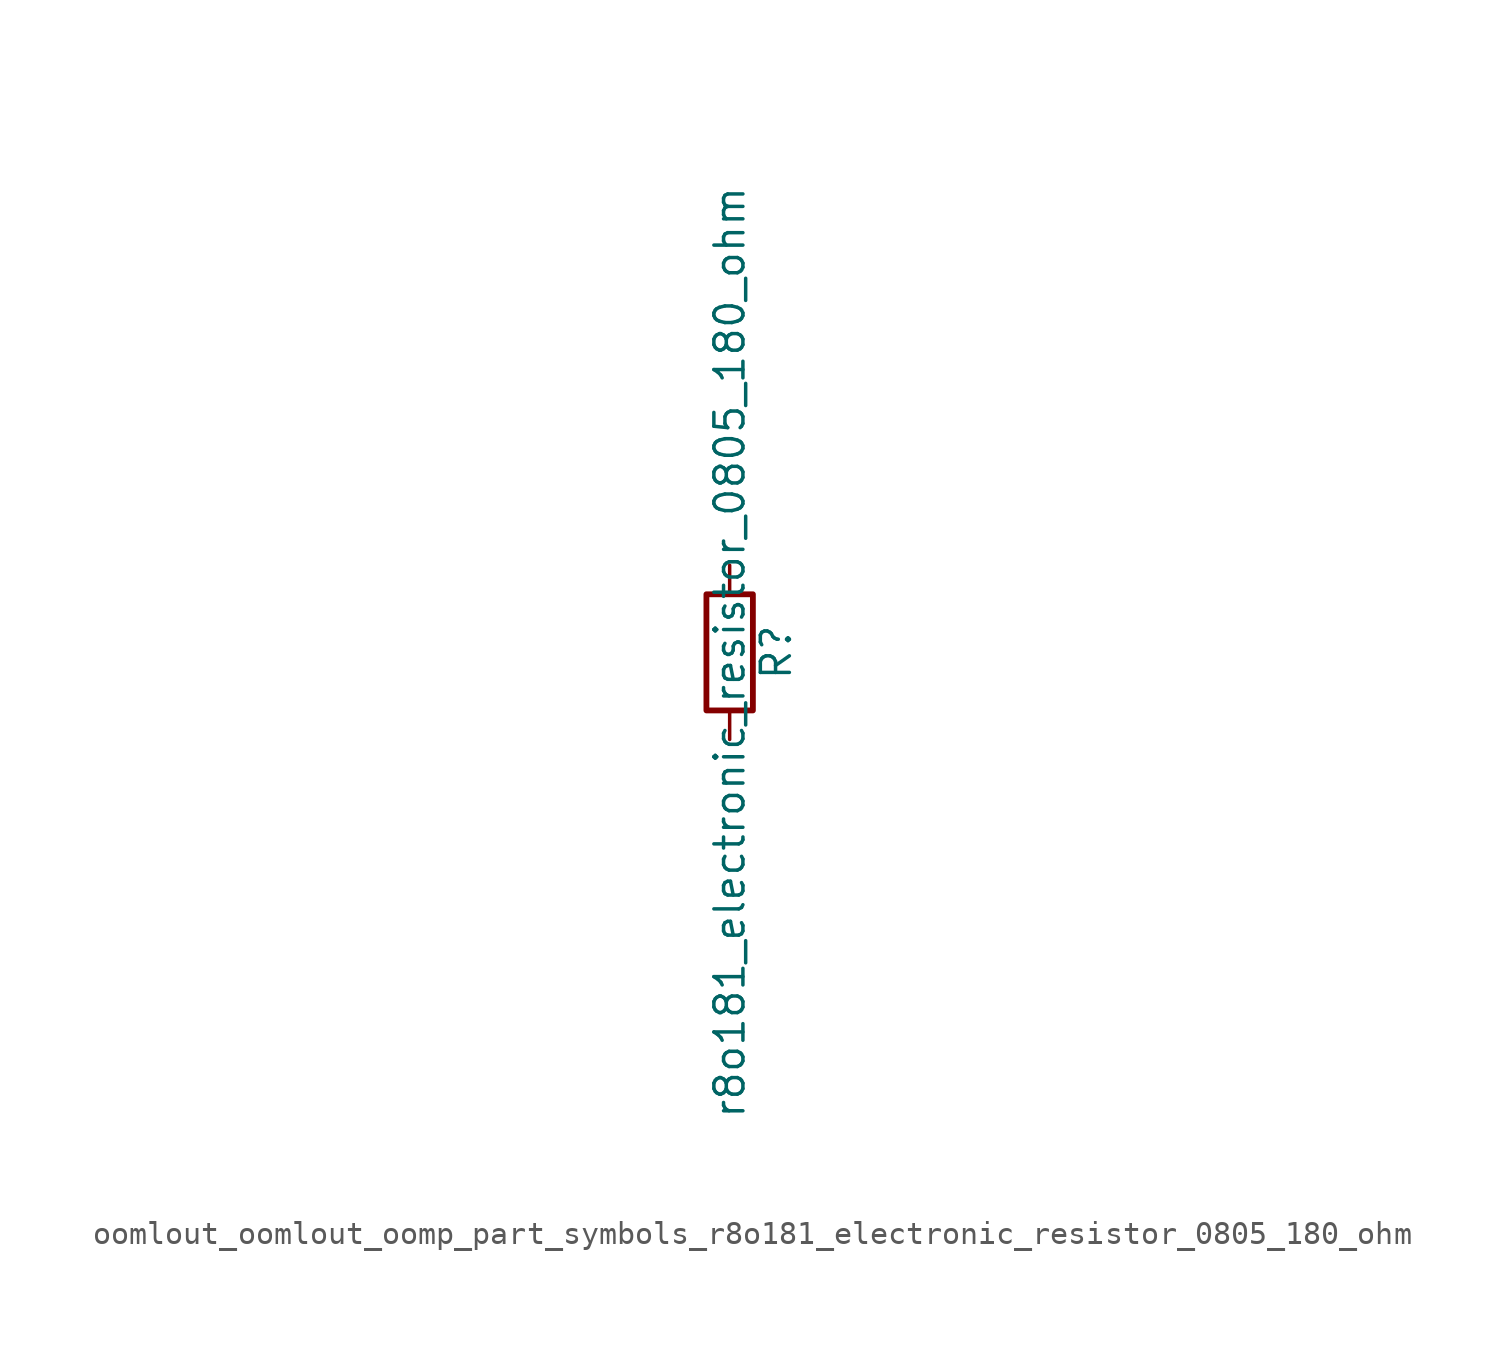
<source format=kicad_sym>
(kicad_symbol_lib
  (version 20220914)
  (generator kicad_symbol_editor)
  (symbol "oomlout_oomlout_oomp_part_symbols_r8o181_electronic_resistor_0805_180_ohm"
    (pin_numbers hide)
    (pin_names
      (offset 0))
    (property "Reference" "R"
      (at 2.032 0 90)
      (effects (font (size 1.27 1.27))))
    (property "Value" "r8o181_electronic_resistor_0805_180_ohm"
      (at 0 0 90)
      (effects (font (size 1.27 1.27))))
    (symbol "oomlout_oomlout_oomp_part_symbols_r8o181_electronic_resistor_0805_180_ohm_0_1"
      (rectangle (start -1.016 -2.54) (end 1.016 2.54) (stroke (width 0.254) (type default)) (fill (type none))))
    (symbol "oomlout_oomlout_oomp_part_symbols_r8o181_electronic_resistor_0805_180_ohm_1_1"
      (pin passive line (at 0 3.81 270) (length 1.27) (name "~" (effects (font (size 1.27 1.27)))) (number "1" (effects (font (size 1.27 1.27)))))
      (pin passive line (at 0 -3.81 90) (length 1.27) (name "~" (effects (font (size 1.27 1.27)))) (number "2" (effects (font (size 1.27 1.27))))))))
</source>
